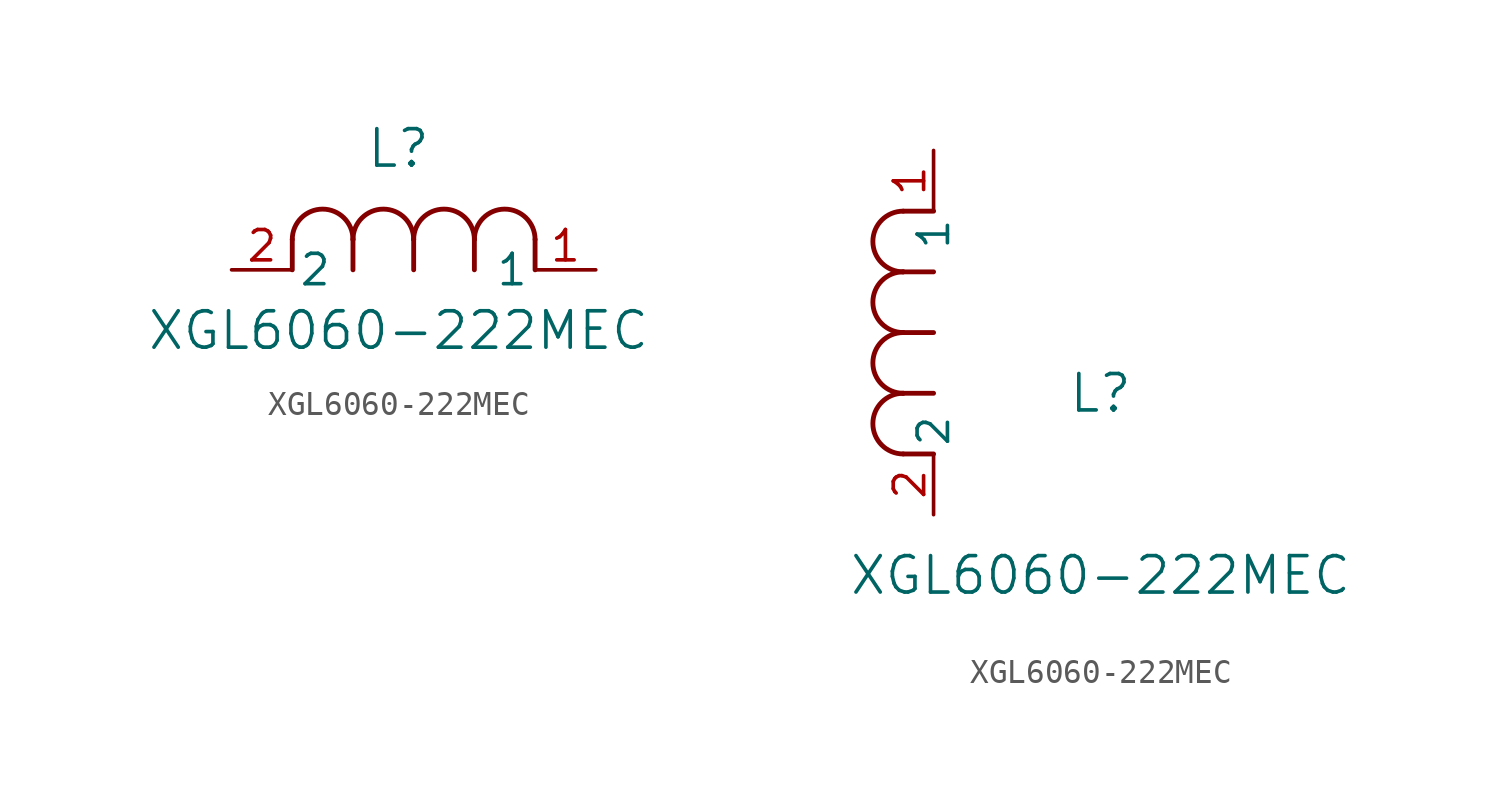
<source format=kicad_sym>
(kicad_symbol_lib
  (version 20211014)
  (generator kicad_symbol_editor)
  (symbol "XGL6060-222MEC"
    (pin_names
      (offset 0.254))
    (property "Reference" "L"
      (at 6.985 5.08 0)
      (effects (font (size 1.524 1.524))))
    (property "Value" "XGL6060-222MEC"
      (at 6.985 -2.54 0)
      (effects (font (size 1.524 1.524))))
    (symbol "XGL6060-222MEC_1_1"
      (arc (start 7.62 1.27) (mid 6.35 2.54) (end 5.08 1.27) (stroke (width 0.2032) (type default) (color 0 0 0 0)) (fill (type none)))
      (polyline (pts (xy 5.08 0) (xy 5.08 1.27)) (stroke (width 0.203) (type default) (color 0 0 0 0)) (fill (type none)))
      (polyline (pts (xy 7.62 0) (xy 7.62 1.27)) (stroke (width 0.203) (type default) (color 0 0 0 0)) (fill (type none)))
      (polyline (pts (xy 12.7 0) (xy 12.7 1.27)) (stroke (width 0.203) (type default) (color 0 0 0 0)) (fill (type none)))
      (arc (start 5.08 1.27) (mid 3.81 2.54) (end 2.54 1.27) (stroke (width 0.2032) (type default) (color 0 0 0 0)) (fill (type none)))
      (arc (start 10.16 1.27) (mid 8.89 2.54) (end 7.62 1.27) (stroke (width 0.2032) (type default) (color 0 0 0 0)) (fill (type none)))
      (arc (start 12.7 1.27) (mid 11.43 2.54) (end 10.16 1.27) (stroke (width 0.2032) (type default) (color 0 0 0 0)) (fill (type none)))
      (polyline (pts (xy 2.54 0) (xy 2.54 1.27)) (stroke (width 0.203) (type default) (color 0 0 0 0)) (fill (type none)))
      (polyline (pts (xy 10.16 0) (xy 10.16 1.27)) (stroke (width 0.203) (type default) (color 0 0 0 0)) (fill (type none)))
      (pin unspecified line (at 0 0 0) (length 2.54) (name "2" (effects (font (size 1.27 1.27)))) (number "2" (effects (font (size 1.27 1.27)))))
      (pin unspecified line (at 15.24 0 180) (length 2.54) (name "1" (effects (font (size 1.27 1.27)))) (number "1" (effects (font (size 1.27 1.27))))))
    (symbol "XGL6060-222MEC_1_2"
      (arc (start -1.27 7.62) (mid -2.54 6.35) (end -1.27 5.08) (stroke (width 0.2032) (type default) (color 0 0 0 0)) (fill (type none)))
      (arc (start -1.27 5.08) (mid -2.54 3.81) (end -1.27 2.54) (stroke (width 0.2032) (type default) (color 0 0 0 0)) (fill (type none)))
      (arc (start -1.27 12.7) (mid -2.54 11.43) (end -1.27 10.16) (stroke (width 0.2032) (type default) (color 0 0 0 0)) (fill (type none)))
      (arc (start -1.27 10.16) (mid -2.54 8.89) (end -1.27 7.62) (stroke (width 0.2032) (type default) (color 0 0 0 0)) (fill (type none)))
      (polyline (pts (xy 0 7.62) (xy -1.27 7.62)) (stroke (width 0.203) (type default) (color 0 0 0 0)) (fill (type none)))
      (polyline (pts (xy 0 5.08) (xy -1.27 5.08)) (stroke (width 0.203) (type default) (color 0 0 0 0)) (fill (type none)))
      (polyline (pts (xy 0 12.7) (xy -1.27 12.7)) (stroke (width 0.203) (type default) (color 0 0 0 0)) (fill (type none)))
      (polyline (pts (xy 0 2.54) (xy -1.27 2.54)) (stroke (width 0.203) (type default) (color 0 0 0 0)) (fill (type none)))
      (polyline (pts (xy 0 10.16) (xy -1.27 10.16)) (stroke (width 0.203) (type default) (color 0 0 0 0)) (fill (type none)))
      (pin unspecified line (at 0 0 90) (length 2.54) (name "2" (effects (font (size 1.27 1.27)))) (number "2" (effects (font (size 1.27 1.27)))))
      (pin unspecified line (at 0 15.24 270) (length 2.54) (name "1" (effects (font (size 1.27 1.27)))) (number "1" (effects (font (size 1.27 1.27))))))))
</source>
